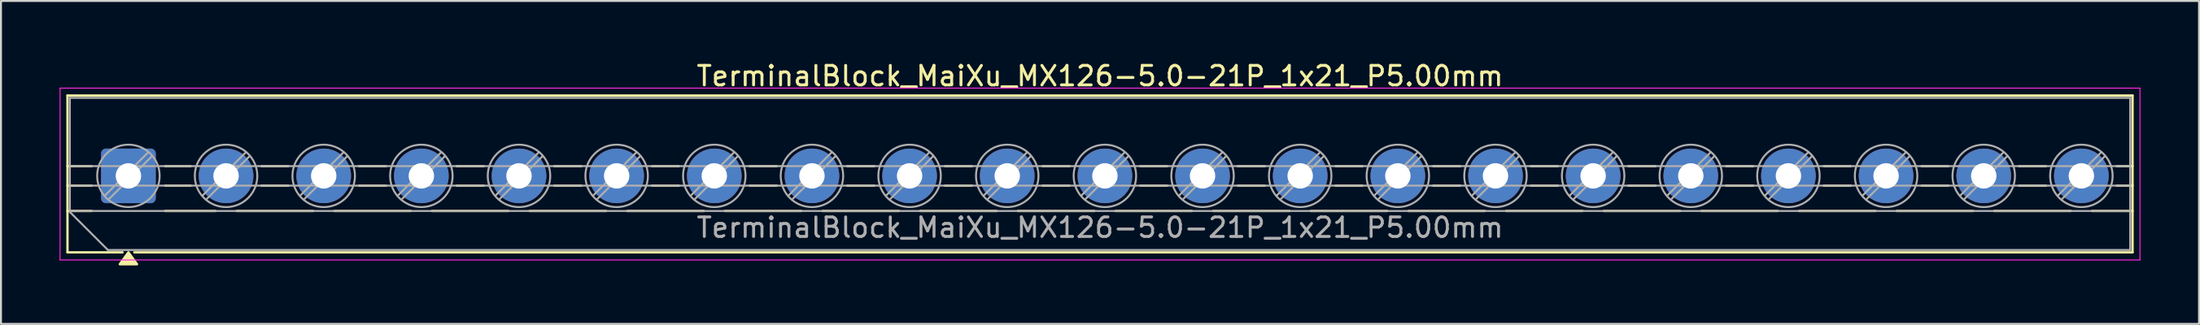
<source format=kicad_pcb>
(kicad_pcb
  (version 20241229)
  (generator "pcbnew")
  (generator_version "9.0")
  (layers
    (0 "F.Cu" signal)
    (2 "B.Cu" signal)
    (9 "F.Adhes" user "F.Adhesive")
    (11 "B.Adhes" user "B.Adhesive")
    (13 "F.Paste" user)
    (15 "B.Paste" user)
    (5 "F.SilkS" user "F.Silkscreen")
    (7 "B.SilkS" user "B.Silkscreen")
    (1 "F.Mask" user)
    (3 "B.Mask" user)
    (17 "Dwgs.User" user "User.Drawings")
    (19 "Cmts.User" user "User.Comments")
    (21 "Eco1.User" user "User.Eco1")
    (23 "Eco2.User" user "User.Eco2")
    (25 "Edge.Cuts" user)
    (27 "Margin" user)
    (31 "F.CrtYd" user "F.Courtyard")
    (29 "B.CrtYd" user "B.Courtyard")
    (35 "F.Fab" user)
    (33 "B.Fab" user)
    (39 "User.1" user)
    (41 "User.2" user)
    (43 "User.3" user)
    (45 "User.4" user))
  (footprint "TerminalBlock_MaiXu_MX126-5.0-21P_1x21_P5.00mm"
    (layer "F.Cu")
    (at 3.525 5.968)
    (property "Reference" "TerminalBlock_MaiXu_MX126-5.0-21P_1x21_P5.00mm" (at 49.75 -5.12 0) (layer "F.SilkS") (effects (font (size 1 1) (thickness 0.15))))
    (attr through_hole)
    (fp_line (start -3.12 -4.12) (end -3.12 3.92) (stroke (width 0.12) (type solid)) (layer "F.SilkS"))
    (fp_line (start -3.12 -4.12) (end 102.62 -4.12) (stroke (width 0.12) (type solid)) (layer "F.SilkS"))
    (fp_line (start -3.12 -0.5) (end -1.88 -0.5) (stroke (width 0.12) (type solid)) (layer "F.SilkS"))
    (fp_line (start -3.12 0.5) (end -1.88 0.5) (stroke (width 0.12) (type solid)) (layer "F.SilkS"))
    (fp_line (start -3.12 1.8) (end -1.88 1.8) (stroke (width 0.12) (type solid)) (layer "F.SilkS"))
    (fp_line (start -3.12 3.92) (end -0.3 3.92) (stroke (width 0.12) (type solid)) (layer "F.SilkS"))
    (fp_line (start 0.3 3.92) (end 102.62 3.92) (stroke (width 0.12) (type solid)) (layer "F.SilkS"))
    (fp_line (start 1.88 -0.5) (end 3.188 -0.5) (stroke (width 0.12) (type solid)) (layer "F.SilkS"))
    (fp_line (start 1.88 0.5) (end 3.188 0.5) (stroke (width 0.12) (type solid)) (layer "F.SilkS"))
    (fp_line (start 1.88 1.8) (end 4.457 1.8) (stroke (width 0.12) (type solid)) (layer "F.SilkS"))
    (fp_line (start 5.543 1.8) (end 9.457 1.8) (stroke (width 0.12) (type solid)) (layer "F.SilkS"))
    (fp_line (start 6.812 -0.5) (end 8.188 -0.5) (stroke (width 0.12) (type solid)) (layer "F.SilkS"))
    (fp_line (start 6.812 0.5) (end 8.188 0.5) (stroke (width 0.12) (type solid)) (layer "F.SilkS"))
    (fp_line (start 10.543 1.8) (end 14.457 1.8) (stroke (width 0.12) (type solid)) (layer "F.SilkS"))
    (fp_line (start 11.812 -0.5) (end 13.188 -0.5) (stroke (width 0.12) (type solid)) (layer "F.SilkS"))
    (fp_line (start 11.812 0.5) (end 13.188 0.5) (stroke (width 0.12) (type solid)) (layer "F.SilkS"))
    (fp_line (start 15.543 1.8) (end 19.457 1.8) (stroke (width 0.12) (type solid)) (layer "F.SilkS"))
    (fp_line (start 16.812 -0.5) (end 18.188 -0.5) (stroke (width 0.12) (type solid)) (layer "F.SilkS"))
    (fp_line (start 16.812 0.5) (end 18.188 0.5) (stroke (width 0.12) (type solid)) (layer "F.SilkS"))
    (fp_line (start 20.543 1.8) (end 24.457 1.8) (stroke (width 0.12) (type solid)) (layer "F.SilkS"))
    (fp_line (start 21.812 -0.5) (end 23.188 -0.5) (stroke (width 0.12) (type solid)) (layer "F.SilkS"))
    (fp_line (start 21.812 0.5) (end 23.188 0.5) (stroke (width 0.12) (type solid)) (layer "F.SilkS"))
    (fp_line (start 25.543 1.8) (end 29.457 1.8) (stroke (width 0.12) (type solid)) (layer "F.SilkS"))
    (fp_line (start 26.812 -0.5) (end 28.188 -0.5) (stroke (width 0.12) (type solid)) (layer "F.SilkS"))
    (fp_line (start 26.812 0.5) (end 28.188 0.5) (stroke (width 0.12) (type solid)) (layer "F.SilkS"))
    (fp_line (start 30.543 1.8) (end 34.457 1.8) (stroke (width 0.12) (type solid)) (layer "F.SilkS"))
    (fp_line (start 31.812 -0.5) (end 33.188 -0.5) (stroke (width 0.12) (type solid)) (layer "F.SilkS"))
    (fp_line (start 31.812 0.5) (end 33.188 0.5) (stroke (width 0.12) (type solid)) (layer "F.SilkS"))
    (fp_line (start 35.543 1.8) (end 39.457 1.8) (stroke (width 0.12) (type solid)) (layer "F.SilkS"))
    (fp_line (start 36.812 -0.5) (end 38.188 -0.5) (stroke (width 0.12) (type solid)) (layer "F.SilkS"))
    (fp_line (start 36.812 0.5) (end 38.188 0.5) (stroke (width 0.12) (type solid)) (layer "F.SilkS"))
    (fp_line (start 40.543 1.8) (end 44.457 1.8) (stroke (width 0.12) (type solid)) (layer "F.SilkS"))
    (fp_line (start 41.812 -0.5) (end 43.188 -0.5) (stroke (width 0.12) (type solid)) (layer "F.SilkS"))
    (fp_line (start 41.812 0.5) (end 43.188 0.5) (stroke (width 0.12) (type solid)) (layer "F.SilkS"))
    (fp_line (start 45.543 1.8) (end 49.457 1.8) (stroke (width 0.12) (type solid)) (layer "F.SilkS"))
    (fp_line (start 46.812 -0.5) (end 48.188 -0.5) (stroke (width 0.12) (type solid)) (layer "F.SilkS"))
    (fp_line (start 46.812 0.5) (end 48.188 0.5) (stroke (width 0.12) (type solid)) (layer "F.SilkS"))
    (fp_line (start 50.543 1.8) (end 54.457 1.8) (stroke (width 0.12) (type solid)) (layer "F.SilkS"))
    (fp_line (start 51.812 -0.5) (end 53.188 -0.5) (stroke (width 0.12) (type solid)) (layer "F.SilkS"))
    (fp_line (start 51.812 0.5) (end 53.188 0.5) (stroke (width 0.12) (type solid)) (layer "F.SilkS"))
    (fp_line (start 55.543 1.8) (end 59.457 1.8) (stroke (width 0.12) (type solid)) (layer "F.SilkS"))
    (fp_line (start 56.812 -0.5) (end 58.188 -0.5) (stroke (width 0.12) (type solid)) (layer "F.SilkS"))
    (fp_line (start 56.812 0.5) (end 58.188 0.5) (stroke (width 0.12) (type solid)) (layer "F.SilkS"))
    (fp_line (start 60.543 1.8) (end 64.457 1.8) (stroke (width 0.12) (type solid)) (layer "F.SilkS"))
    (fp_line (start 61.812 -0.5) (end 63.188 -0.5) (stroke (width 0.12) (type solid)) (layer "F.SilkS"))
    (fp_line (start 61.812 0.5) (end 63.188 0.5) (stroke (width 0.12) (type solid)) (layer "F.SilkS"))
    (fp_line (start 65.543 1.8) (end 69.457 1.8) (stroke (width 0.12) (type solid)) (layer "F.SilkS"))
    (fp_line (start 66.812 -0.5) (end 68.188 -0.5) (stroke (width 0.12) (type solid)) (layer "F.SilkS"))
    (fp_line (start 66.812 0.5) (end 68.188 0.5) (stroke (width 0.12) (type solid)) (layer "F.SilkS"))
    (fp_line (start 70.543 1.8) (end 74.457 1.8) (stroke (width 0.12) (type solid)) (layer "F.SilkS"))
    (fp_line (start 71.812 -0.5) (end 73.188 -0.5) (stroke (width 0.12) (type solid)) (layer "F.SilkS"))
    (fp_line (start 71.812 0.5) (end 73.188 0.5) (stroke (width 0.12) (type solid)) (layer "F.SilkS"))
    (fp_line (start 75.543 1.8) (end 79.457 1.8) (stroke (width 0.12) (type solid)) (layer "F.SilkS"))
    (fp_line (start 76.812 -0.5) (end 78.188 -0.5) (stroke (width 0.12) (type solid)) (layer "F.SilkS"))
    (fp_line (start 76.812 0.5) (end 78.188 0.5) (stroke (width 0.12) (type solid)) (layer "F.SilkS"))
    (fp_line (start 80.543 1.8) (end 84.457 1.8) (stroke (width 0.12) (type solid)) (layer "F.SilkS"))
    (fp_line (start 81.812 -0.5) (end 83.188 -0.5) (stroke (width 0.12) (type solid)) (layer "F.SilkS"))
    (fp_line (start 81.812 0.5) (end 83.188 0.5) (stroke (width 0.12) (type solid)) (layer "F.SilkS"))
    (fp_line (start 85.543 1.8) (end 89.457 1.8) (stroke (width 0.12) (type solid)) (layer "F.SilkS"))
    (fp_line (start 86.812 -0.5) (end 88.188 -0.5) (stroke (width 0.12) (type solid)) (layer "F.SilkS"))
    (fp_line (start 86.812 0.5) (end 88.188 0.5) (stroke (width 0.12) (type solid)) (layer "F.SilkS"))
    (fp_line (start 90.543 1.8) (end 94.457 1.8) (stroke (width 0.12) (type solid)) (layer "F.SilkS"))
    (fp_line (start 91.812 -0.5) (end 93.188 -0.5) (stroke (width 0.12) (type solid)) (layer "F.SilkS"))
    (fp_line (start 91.812 0.5) (end 93.188 0.5) (stroke (width 0.12) (type solid)) (layer "F.SilkS"))
    (fp_line (start 95.543 1.8) (end 99.457 1.8) (stroke (width 0.12) (type solid)) (layer "F.SilkS"))
    (fp_line (start 96.812 -0.5) (end 98.188 -0.5) (stroke (width 0.12) (type solid)) (layer "F.SilkS"))
    (fp_line (start 96.812 0.5) (end 98.188 0.5) (stroke (width 0.12) (type solid)) (layer "F.SilkS"))
    (fp_line (start 100.543 1.8) (end 102.62 1.8) (stroke (width 0.12) (type solid)) (layer "F.SilkS"))
    (fp_line (start 101.812 -0.5) (end 102.62 -0.5) (stroke (width 0.12) (type solid)) (layer "F.SilkS"))
    (fp_line (start 101.812 0.5) (end 102.62 0.5) (stroke (width 0.12) (type solid)) (layer "F.SilkS"))
    (fp_line (start 102.62 -4.12) (end 102.62 3.92) (stroke (width 0.12) (type solid)) (layer "F.SilkS"))
    (fp_poly (pts (xy 0 3.92) (xy 0.44 4.53) (xy -0.44 4.53)) (stroke (width 0.12) (type solid)) (fill yes) (layer "F.SilkS"))
    (fp_line (start -3.5 -4.5) (end -3.5 4.31) (stroke (width 0.05) (type solid)) (layer "F.CrtYd"))
    (fp_line (start -3.5 4.31) (end 103 4.31) (stroke (width 0.05) (type solid)) (layer "F.CrtYd"))
    (fp_line (start 103 -4.5) (end -3.5 -4.5) (stroke (width 0.05) (type solid)) (layer "F.CrtYd"))
    (fp_line (start 103 4.31) (end 103 -4.5) (stroke (width 0.05) (type solid)) (layer "F.CrtYd"))
    (fp_line (start -3 -4) (end 102.5 -4) (stroke (width 0.1) (type solid)) (layer "F.Fab"))
    (fp_line (start -3 -0.5) (end 102.5 -0.5) (stroke (width 0.1) (type solid)) (layer "F.Fab"))
    (fp_line (start -3 0.5) (end 102.5 0.5) (stroke (width 0.1) (type solid)) (layer "F.Fab"))
    (fp_line (start -3 1.8) (end 102.5 1.8) (stroke (width 0.1) (type solid)) (layer "F.Fab"))
    (fp_line (start -3 1.85) (end -3 -4) (stroke (width 0.1) (type solid)) (layer "F.Fab"))
    (fp_line (start -1.05 3.8) (end -3 1.85) (stroke (width 0.1) (type solid)) (layer "F.Fab"))
    (fp_line (start 1.018 -1.213) (end -1.213 1.018) (stroke (width 0.1) (type solid)) (layer "F.Fab"))
    (fp_line (start 1.213 -1.018) (end -1.018 1.213) (stroke (width 0.1) (type solid)) (layer "F.Fab"))
    (fp_line (start 6.018 -1.213) (end 3.787 1.018) (stroke (width 0.1) (type solid)) (layer "F.Fab"))
    (fp_line (start 6.213 -1.018) (end 3.982 1.213) (stroke (width 0.1) (type solid)) (layer "F.Fab"))
    (fp_line (start 11.018 -1.213) (end 8.787 1.018) (stroke (width 0.1) (type solid)) (layer "F.Fab"))
    (fp_line (start 11.213 -1.018) (end 8.982 1.213) (stroke (width 0.1) (type solid)) (layer "F.Fab"))
    (fp_line (start 16.018 -1.213) (end 13.787 1.018) (stroke (width 0.1) (type solid)) (layer "F.Fab"))
    (fp_line (start 16.213 -1.018) (end 13.982 1.213) (stroke (width 0.1) (type solid)) (layer "F.Fab"))
    (fp_line (start 21.018 -1.213) (end 18.787 1.018) (stroke (width 0.1) (type solid)) (layer "F.Fab"))
    (fp_line (start 21.213 -1.018) (end 18.982 1.213) (stroke (width 0.1) (type solid)) (layer "F.Fab"))
    (fp_line (start 26.018 -1.213) (end 23.787 1.018) (stroke (width 0.1) (type solid)) (layer "F.Fab"))
    (fp_line (start 26.213 -1.018) (end 23.982 1.213) (stroke (width 0.1) (type solid)) (layer "F.Fab"))
    (fp_line (start 31.018 -1.213) (end 28.787 1.018) (stroke (width 0.1) (type solid)) (layer "F.Fab"))
    (fp_line (start 31.213 -1.018) (end 28.982 1.213) (stroke (width 0.1) (type solid)) (layer "F.Fab"))
    (fp_line (start 36.018 -1.213) (end 33.787 1.018) (stroke (width 0.1) (type solid)) (layer "F.Fab"))
    (fp_line (start 36.213 -1.018) (end 33.982 1.213) (stroke (width 0.1) (type solid)) (layer "F.Fab"))
    (fp_line (start 41.018 -1.213) (end 38.787 1.018) (stroke (width 0.1) (type solid)) (layer "F.Fab"))
    (fp_line (start 41.213 -1.018) (end 38.982 1.213) (stroke (width 0.1) (type solid)) (layer "F.Fab"))
    (fp_line (start 46.018 -1.213) (end 43.787 1.018) (stroke (width 0.1) (type solid)) (layer "F.Fab"))
    (fp_line (start 46.213 -1.018) (end 43.982 1.213) (stroke (width 0.1) (type solid)) (layer "F.Fab"))
    (fp_line (start 51.018 -1.213) (end 48.787 1.018) (stroke (width 0.1) (type solid)) (layer "F.Fab"))
    (fp_line (start 51.213 -1.018) (end 48.982 1.213) (stroke (width 0.1) (type solid)) (layer "F.Fab"))
    (fp_line (start 56.018 -1.213) (end 53.787 1.018) (stroke (width 0.1) (type solid)) (layer "F.Fab"))
    (fp_line (start 56.213 -1.018) (end 53.982 1.213) (stroke (width 0.1) (type solid)) (layer "F.Fab"))
    (fp_line (start 61.018 -1.213) (end 58.787 1.018) (stroke (width 0.1) (type solid)) (layer "F.Fab"))
    (fp_line (start 61.213 -1.018) (end 58.982 1.213) (stroke (width 0.1) (type solid)) (layer "F.Fab"))
    (fp_line (start 66.018 -1.213) (end 63.787 1.018) (stroke (width 0.1) (type solid)) (layer "F.Fab"))
    (fp_line (start 66.213 -1.018) (end 63.982 1.213) (stroke (width 0.1) (type solid)) (layer "F.Fab"))
    (fp_line (start 71.018 -1.213) (end 68.787 1.018) (stroke (width 0.1) (type solid)) (layer "F.Fab"))
    (fp_line (start 71.213 -1.018) (end 68.982 1.213) (stroke (width 0.1) (type solid)) (layer "F.Fab"))
    (fp_line (start 76.018 -1.213) (end 73.787 1.018) (stroke (width 0.1) (type solid)) (layer "F.Fab"))
    (fp_line (start 76.213 -1.018) (end 73.982 1.213) (stroke (width 0.1) (type solid)) (layer "F.Fab"))
    (fp_line (start 81.018 -1.213) (end 78.787 1.018) (stroke (width 0.1) (type solid)) (layer "F.Fab"))
    (fp_line (start 81.213 -1.018) (end 78.982 1.213) (stroke (width 0.1) (type solid)) (layer "F.Fab"))
    (fp_line (start 86.018 -1.213) (end 83.787 1.018) (stroke (width 0.1) (type solid)) (layer "F.Fab"))
    (fp_line (start 86.213 -1.018) (end 83.982 1.213) (stroke (width 0.1) (type solid)) (layer "F.Fab"))
    (fp_line (start 91.018 -1.213) (end 88.787 1.018) (stroke (width 0.1) (type solid)) (layer "F.Fab"))
    (fp_line (start 91.213 -1.018) (end 88.982 1.213) (stroke (width 0.1) (type solid)) (layer "F.Fab"))
    (fp_line (start 96.018 -1.213) (end 93.787 1.018) (stroke (width 0.1) (type solid)) (layer "F.Fab"))
    (fp_line (start 96.213 -1.018) (end 93.982 1.213) (stroke (width 0.1) (type solid)) (layer "F.Fab"))
    (fp_line (start 101.018 -1.213) (end 98.787 1.018) (stroke (width 0.1) (type solid)) (layer "F.Fab"))
    (fp_line (start 101.213 -1.018) (end 98.982 1.213) (stroke (width 0.1) (type solid)) (layer "F.Fab"))
    (fp_line (start 102.5 -4) (end 102.5 3.8) (stroke (width 0.1) (type solid)) (layer "F.Fab"))
    (fp_line (start 102.5 3.8) (end -1.05 3.8) (stroke (width 0.1) (type solid)) (layer "F.Fab"))
    (fp_circle (center 0 0) (end 1.6 0) (stroke (width 0.1) (type solid)) (fill no) (layer "F.Fab"))
    (fp_circle (center 5 0) (end 6.6 0) (stroke (width 0.1) (type solid)) (fill no) (layer "F.Fab"))
    (fp_circle (center 10 0) (end 11.6 0) (stroke (width 0.1) (type solid)) (fill no) (layer "F.Fab"))
    (fp_circle (center 15 0) (end 16.6 0) (stroke (width 0.1) (type solid)) (fill no) (layer "F.Fab"))
    (fp_circle (center 20 0) (end 21.6 0) (stroke (width 0.1) (type solid)) (fill no) (layer "F.Fab"))
    (fp_circle (center 25 0) (end 26.6 0) (stroke (width 0.1) (type solid)) (fill no) (layer "F.Fab"))
    (fp_circle (center 30 0) (end 31.6 0) (stroke (width 0.1) (type solid)) (fill no) (layer "F.Fab"))
    (fp_circle (center 35 0) (end 36.6 0) (stroke (width 0.1) (type solid)) (fill no) (layer "F.Fab"))
    (fp_circle (center 40 0) (end 41.6 0) (stroke (width 0.1) (type solid)) (fill no) (layer "F.Fab"))
    (fp_circle (center 45 0) (end 46.6 0) (stroke (width 0.1) (type solid)) (fill no) (layer "F.Fab"))
    (fp_circle (center 50 0) (end 51.6 0) (stroke (width 0.1) (type solid)) (fill no) (layer "F.Fab"))
    (fp_circle (center 55 0) (end 56.6 0) (stroke (width 0.1) (type solid)) (fill no) (layer "F.Fab"))
    (fp_circle (center 60 0) (end 61.6 0) (stroke (width 0.1) (type solid)) (fill no) (layer "F.Fab"))
    (fp_circle (center 65 0) (end 66.6 0) (stroke (width 0.1) (type solid)) (fill no) (layer "F.Fab"))
    (fp_circle (center 70 0) (end 71.6 0) (stroke (width 0.1) (type solid)) (fill no) (layer "F.Fab"))
    (fp_circle (center 75 0) (end 76.6 0) (stroke (width 0.1) (type solid)) (fill no) (layer "F.Fab"))
    (fp_circle (center 80 0) (end 81.6 0) (stroke (width 0.1) (type solid)) (fill no) (layer "F.Fab"))
    (fp_circle (center 85 0) (end 86.6 0) (stroke (width 0.1) (type solid)) (fill no) (layer "F.Fab"))
    (fp_circle (center 90 0) (end 91.6 0) (stroke (width 0.1) (type solid)) (fill no) (layer "F.Fab"))
    (fp_circle (center 95 0) (end 96.6 0) (stroke (width 0.1) (type solid)) (fill no) (layer "F.Fab"))
    (fp_circle (center 100 0) (end 101.6 0) (stroke (width 0.1) (type solid)) (fill no) (layer "F.Fab"))
    (fp_text user "${REFERENCE}" (at 49.75 2.65 0) (layer "F.Fab") (effects (font (size 1 1) (thickness 0.15))))
    (pad "1" thru_hole roundrect (at 0 0) (size 2.8 2.8) (drill 1.3) (layers "*.Cu" "*.Mask") (roundrect_rratio 0.089))
    (pad "2" thru_hole circle (at 5 0) (size 2.8 2.8) (drill 1.3) (layers "*.Cu" "*.Mask"))
    (pad "3" thru_hole circle (at 10 0) (size 2.8 2.8) (drill 1.3) (layers "*.Cu" "*.Mask"))
    (pad "4" thru_hole circle (at 15 0) (size 2.8 2.8) (drill 1.3) (layers "*.Cu" "*.Mask"))
    (pad "5" thru_hole circle (at 20 0) (size 2.8 2.8) (drill 1.3) (layers "*.Cu" "*.Mask"))
    (pad "6" thru_hole circle (at 25 0) (size 2.8 2.8) (drill 1.3) (layers "*.Cu" "*.Mask"))
    (pad "7" thru_hole circle (at 30 0) (size 2.8 2.8) (drill 1.3) (layers "*.Cu" "*.Mask"))
    (pad "8" thru_hole circle (at 35 0) (size 2.8 2.8) (drill 1.3) (layers "*.Cu" "*.Mask"))
    (pad "9" thru_hole circle (at 40 0) (size 2.8 2.8) (drill 1.3) (layers "*.Cu" "*.Mask"))
    (pad "10" thru_hole circle (at 45 0) (size 2.8 2.8) (drill 1.3) (layers "*.Cu" "*.Mask"))
    (pad "11" thru_hole circle (at 50 0) (size 2.8 2.8) (drill 1.3) (layers "*.Cu" "*.Mask"))
    (pad "12" thru_hole circle (at 55 0) (size 2.8 2.8) (drill 1.3) (layers "*.Cu" "*.Mask"))
    (pad "13" thru_hole circle (at 60 0) (size 2.8 2.8) (drill 1.3) (layers "*.Cu" "*.Mask"))
    (pad "14" thru_hole circle (at 65 0) (size 2.8 2.8) (drill 1.3) (layers "*.Cu" "*.Mask"))
    (pad "15" thru_hole circle (at 70 0) (size 2.8 2.8) (drill 1.3) (layers "*.Cu" "*.Mask"))
    (pad "16" thru_hole circle (at 75 0) (size 2.8 2.8) (drill 1.3) (layers "*.Cu" "*.Mask"))
    (pad "17" thru_hole circle (at 80 0) (size 2.8 2.8) (drill 1.3) (layers "*.Cu" "*.Mask"))
    (pad "18" thru_hole circle (at 85 0) (size 2.8 2.8) (drill 1.3) (layers "*.Cu" "*.Mask"))
    (pad "19" thru_hole circle (at 90 0) (size 2.8 2.8) (drill 1.3) (layers "*.Cu" "*.Mask"))
    (pad "20" thru_hole circle (at 95 0) (size 2.8 2.8) (drill 1.3) (layers "*.Cu" "*.Mask"))
    (pad "21" thru_hole circle (at 100 0) (size 2.8 2.8) (drill 1.3) (layers "*.Cu" "*.Mask")))
  (gr_rect
    (start -3 -3)
    (end 109.55 13.558)
    (stroke (width 0.1) (type default))
    (fill no)
    (layer "Edge.Cuts")))
</source>
